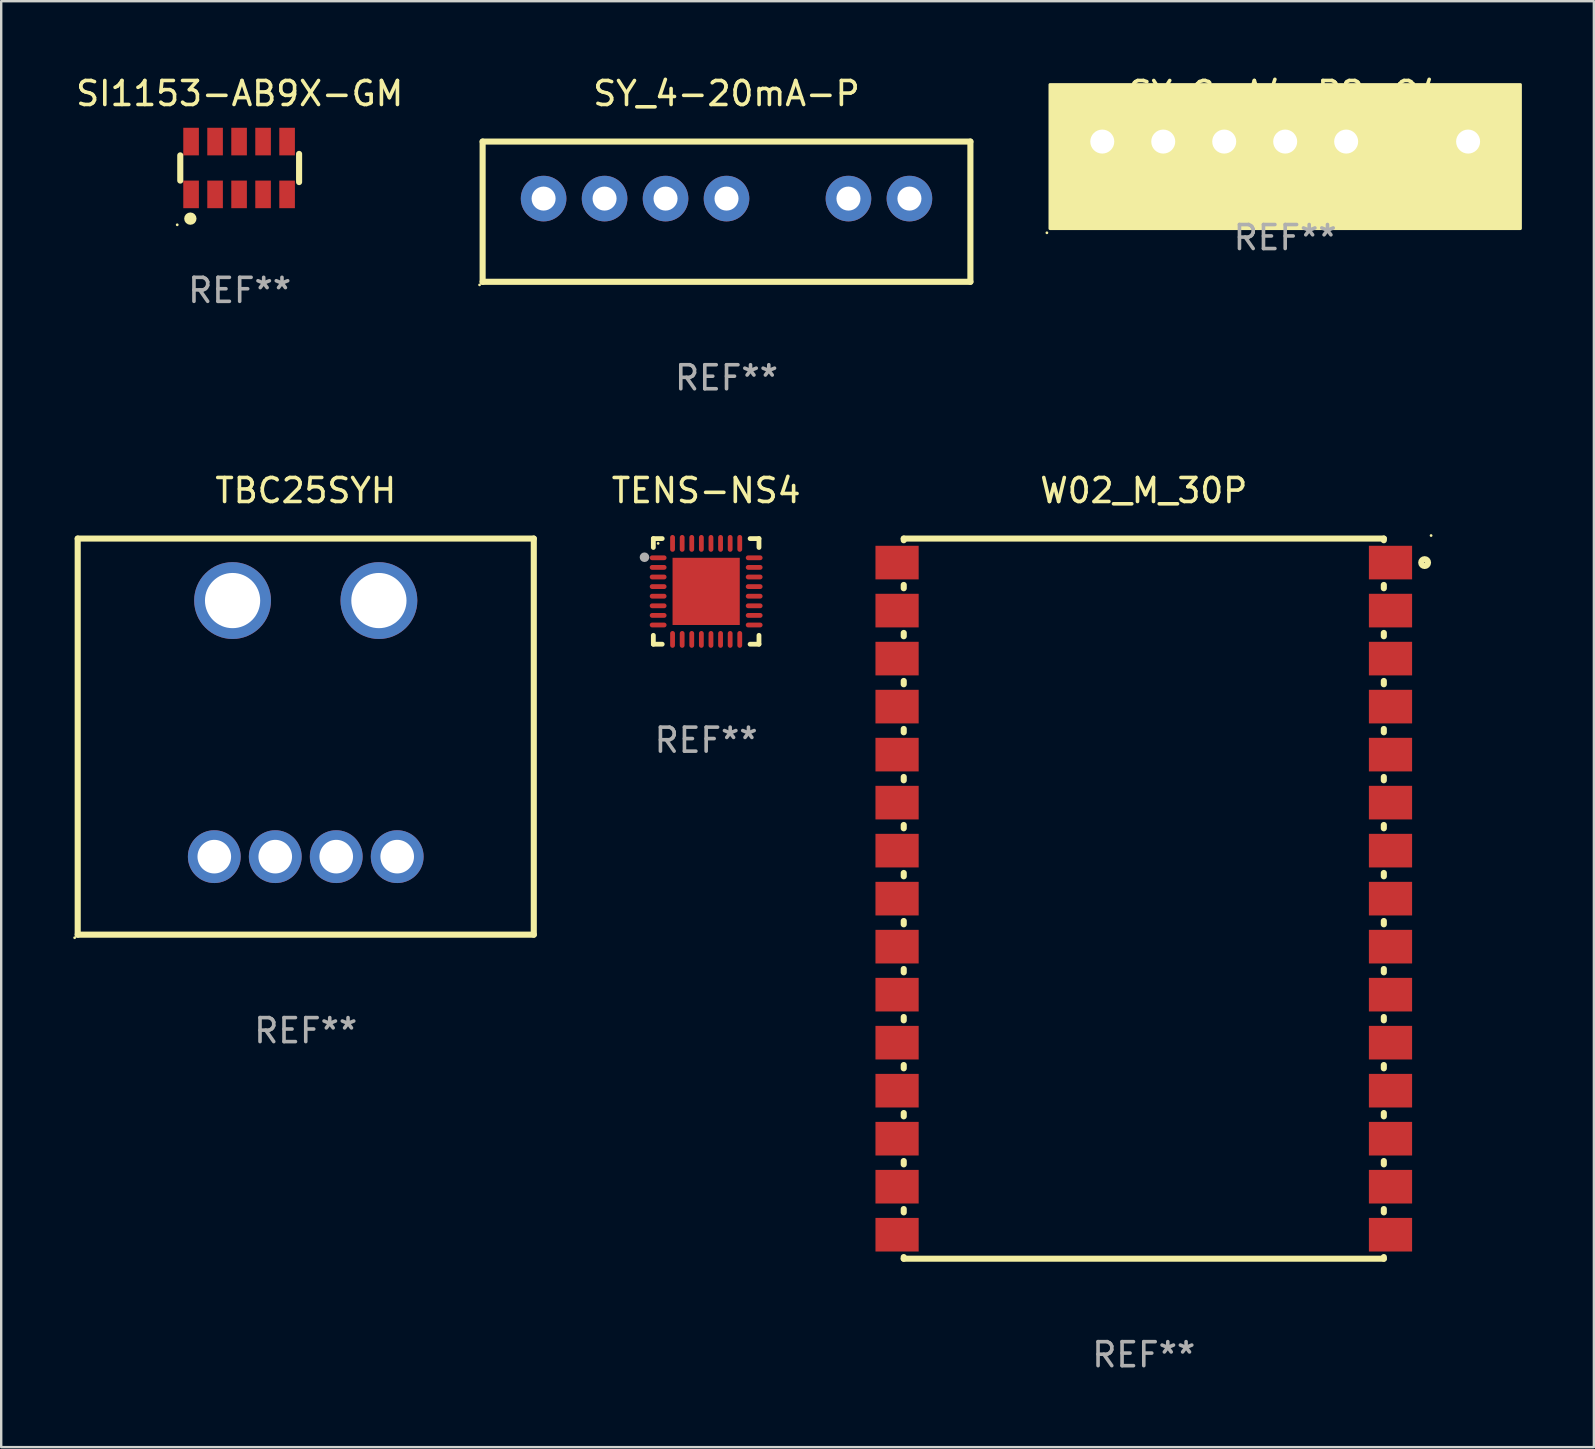
<source format=kicad_pcb>
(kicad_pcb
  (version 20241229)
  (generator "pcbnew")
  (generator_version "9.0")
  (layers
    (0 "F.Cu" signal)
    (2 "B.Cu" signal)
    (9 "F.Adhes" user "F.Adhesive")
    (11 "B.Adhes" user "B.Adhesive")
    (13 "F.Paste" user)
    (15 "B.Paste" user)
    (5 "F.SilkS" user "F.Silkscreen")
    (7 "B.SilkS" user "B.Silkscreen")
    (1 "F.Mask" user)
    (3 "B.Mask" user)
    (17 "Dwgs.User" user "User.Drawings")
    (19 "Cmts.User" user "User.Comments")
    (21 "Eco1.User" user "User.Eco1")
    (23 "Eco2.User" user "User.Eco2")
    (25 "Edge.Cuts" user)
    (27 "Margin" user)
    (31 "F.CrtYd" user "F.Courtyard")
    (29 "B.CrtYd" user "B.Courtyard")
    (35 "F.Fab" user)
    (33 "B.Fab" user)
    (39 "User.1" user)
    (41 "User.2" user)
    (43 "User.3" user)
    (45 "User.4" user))
  (footprint "TBC25SYH"
    (layer "F.Cu")
    (at 9.687 27.637)
    (property "Reference" "TBC25SYH" (at 0 -10.25 0) (layer "F.SilkS") (effects (font (size 1 1) (thickness 0.15))))
    (attr through_hole)
    (fp_line (start -9.5 -8.25) (end -9.5 8.25) (stroke (width 0.254) (type solid)) (layer "F.SilkS"))
    (fp_line (start 9.5 -8.25) (end -9.5 -8.25) (stroke (width 0.254) (type solid)) (layer "F.SilkS"))
    (fp_line (start 9.5 -8.25) (end 9.5 8.25) (stroke (width 0.254) (type solid)) (layer "F.SilkS"))
    (fp_line (start 9.5 8.25) (end -9.5 8.25) (stroke (width 0.254) (type solid)) (layer "F.SilkS"))
    (fp_circle (center -9.627 8.377) (end -9.597 8.377) (stroke (width 0.06) (type solid)) (fill no) (layer "F.SilkS"))
    (fp_text user "REF**" (at 0 12.25 0) (layer "F.Fab") (effects (font (size 1 1) (thickness 0.15))))
    (pad "1" thru_hole circle (at -3.81 5) (size 2.2 2.2) (drill 1.4) (layers "*.Cu" "*.Mask"))
    (pad "2" thru_hole circle (at -1.27 5) (size 2.2 2.2) (drill 1.4) (layers "*.Cu" "*.Mask"))
    (pad "3" thru_hole circle (at 1.27 5) (size 2.2 2.2) (drill 1.4) (layers "*.Cu" "*.Mask"))
    (pad "4" thru_hole circle (at 3.81 5) (size 2.2 2.2) (drill 1.4) (layers "*.Cu" "*.Mask"))
    (pad "5" thru_hole circle (at -3.048 -5.668) (size 3.2 3.2) (drill 2.3) (layers "*.Cu" "*.Mask"))
    (pad "6" thru_hole circle (at 3.048 -5.668) (size 3.2 3.2) (drill 2.3) (layers "*.Cu" "*.Mask")))
  (footprint "SY_C-A4-P2-O4"
    (layer "F.Cu")
    (at 50.49 2.848)
    (property "Reference" "SY_C-A4-P2-O4" (at 0 -2 0) (layer "F.SilkS") (effects (font (size 1 1) (thickness 0.15))))
    (attr through_hole)
    (fp_circle (center -9.927 3.8) (end -9.897 3.8) (stroke (width 0.06) (type solid)) (fill no) (layer "F.SilkS"))
    (fp_circle (center -8.636 2.07) (end -8.128 2.07) (stroke (width 0.254) (type solid)) (fill no) (layer "F.SilkS"))
    (fp_poly (pts (xy -9.8 -2.375) (xy 9.8 -2.375) (xy 9.8 3.625) (xy -9.8 3.625)) (stroke (width 0.12) (type solid)) (fill yes) (layer "F.SilkS"))
    (fp_text user "REF**" (at 0 4 0) (layer "F.Fab") (effects (font (size 1 1) (thickness 0.15))))
    (pad "1" thru_hole circle (at -7.62 0) (size 2 2) (drill 1) (layers "*.Cu" "*.Mask"))
    (pad "2" thru_hole circle (at -5.08 0) (size 2 2) (drill 1) (layers "*.Cu" "*.Mask"))
    (pad "3" thru_hole circle (at -2.54 0) (size 2 2) (drill 1) (layers "*.Cu" "*.Mask"))
    (pad "4" thru_hole circle (at 0 0) (size 2 2) (drill 1) (layers "*.Cu" "*.Mask"))
    (pad "5" thru_hole circle (at 2.54 0) (size 2 2) (drill 1) (layers "*.Cu" "*.Mask"))
    (pad "7" thru_hole circle (at 7.62 0) (size 2 2) (drill 1) (layers "*.Cu" "*.Mask")))
  (footprint "W02_M_30P"
    (layer "F.Cu")
    (at 44.599 34.387)
    (property "Reference" "W02_M_30P" (at 0 -17 0) (layer "F.SilkS") (effects (font (size 1 1) (thickness 0.15))))
    (attr through_hole)
    (fp_line (start -10 -15) (end 10 -15) (stroke (width 0.254) (type solid)) (layer "F.SilkS"))
    (fp_line (start -10 -14.931) (end -10 -15) (stroke (width 0.254) (type solid)) (layer "F.SilkS"))
    (fp_line (start -10 -12.931) (end -10 -13.069) (stroke (width 0.254) (type solid)) (layer "F.SilkS"))
    (fp_line (start -10 -10.931) (end -10 -11.069) (stroke (width 0.254) (type solid)) (layer "F.SilkS"))
    (fp_line (start -10 -8.931) (end -10 -9.069) (stroke (width 0.254) (type solid)) (layer "F.SilkS"))
    (fp_line (start -10 -6.931) (end -10 -7.069) (stroke (width 0.254) (type solid)) (layer "F.SilkS"))
    (fp_line (start -10 -4.931) (end -10 -5.069) (stroke (width 0.254) (type solid)) (layer "F.SilkS"))
    (fp_line (start -10 -2.931) (end -10 -3.069) (stroke (width 0.254) (type solid)) (layer "F.SilkS"))
    (fp_line (start -10 -0.931) (end -10 -1.069) (stroke (width 0.254) (type solid)) (layer "F.SilkS"))
    (fp_line (start -10 1.069) (end -10 0.931) (stroke (width 0.254) (type solid)) (layer "F.SilkS"))
    (fp_line (start -10 3.069) (end -10 2.931) (stroke (width 0.254) (type solid)) (layer "F.SilkS"))
    (fp_line (start -10 5.069) (end -10 4.931) (stroke (width 0.254) (type solid)) (layer "F.SilkS"))
    (fp_line (start -10 7.069) (end -10 6.931) (stroke (width 0.254) (type solid)) (layer "F.SilkS"))
    (fp_line (start -10 9.069) (end -10 8.931) (stroke (width 0.254) (type solid)) (layer "F.SilkS"))
    (fp_line (start -10 11.069) (end -10 10.931) (stroke (width 0.254) (type solid)) (layer "F.SilkS"))
    (fp_line (start -10 13.069) (end -10 12.931) (stroke (width 0.254) (type solid)) (layer "F.SilkS"))
    (fp_line (start -10 15) (end -10 14.931) (stroke (width 0.254) (type solid)) (layer "F.SilkS"))
    (fp_line (start 10 -15) (end 10 -14.931) (stroke (width 0.254) (type solid)) (layer "F.SilkS"))
    (fp_line (start 10 -13.069) (end 10 -12.931) (stroke (width 0.254) (type solid)) (layer "F.SilkS"))
    (fp_line (start 10 -11.069) (end 10 -10.931) (stroke (width 0.254) (type solid)) (layer "F.SilkS"))
    (fp_line (start 10 -9.069) (end 10 -8.931) (stroke (width 0.254) (type solid)) (layer "F.SilkS"))
    (fp_line (start 10 -7.069) (end 10 -6.931) (stroke (width 0.254) (type solid)) (layer "F.SilkS"))
    (fp_line (start 10 -5.069) (end 10 -4.931) (stroke (width 0.254) (type solid)) (layer "F.SilkS"))
    (fp_line (start 10 -3.069) (end 10 -2.931) (stroke (width 0.254) (type solid)) (layer "F.SilkS"))
    (fp_line (start 10 -1.069) (end 10 -0.931) (stroke (width 0.254) (type solid)) (layer "F.SilkS"))
    (fp_line (start 10 0.931) (end 10 1.069) (stroke (width 0.254) (type solid)) (layer "F.SilkS"))
    (fp_line (start 10 2.931) (end 10 3.069) (stroke (width 0.254) (type solid)) (layer "F.SilkS"))
    (fp_line (start 10 4.931) (end 10 5.069) (stroke (width 0.254) (type solid)) (layer "F.SilkS"))
    (fp_line (start 10 6.931) (end 10 7.069) (stroke (width 0.254) (type solid)) (layer "F.SilkS"))
    (fp_line (start 10 8.931) (end 10 9.069) (stroke (width 0.254) (type solid)) (layer "F.SilkS"))
    (fp_line (start 10 10.931) (end 10 11.069) (stroke (width 0.254) (type solid)) (layer "F.SilkS"))
    (fp_line (start 10 12.931) (end 10 13.069) (stroke (width 0.254) (type solid)) (layer "F.SilkS"))
    (fp_line (start 10 14.931) (end 10 15) (stroke (width 0.254) (type solid)) (layer "F.SilkS"))
    (fp_line (start 10 15) (end -10 15) (stroke (width 0.254) (type solid)) (layer "F.SilkS"))
    (fp_circle (center 11.7 -14) (end 11.842 -14) (stroke (width 0.254) (type solid)) (fill no) (layer "F.SilkS"))
    (fp_circle (center 11.969 -15.127) (end 11.999 -15.127) (stroke (width 0.06) (type solid)) (fill no) (layer "F.SilkS"))
    (fp_text user "REF**" (at 0 19 0) (layer "F.Fab") (effects (font (size 1 1) (thickness 0.15))))
    (pad "1" smd rect (at 10.278 -14 90) (size 1.4 1.8) (layers "F.Cu" "F.Mask" "F.Paste"))
    (pad "2" smd rect (at 10.278 -12 90) (size 1.4 1.8) (layers "F.Cu" "F.Mask" "F.Paste"))
    (pad "3" smd rect (at 10.278 -10 90) (size 1.4 1.8) (layers "F.Cu" "F.Mask" "F.Paste"))
    (pad "4" smd rect (at 10.278 -8 90) (size 1.4 1.8) (layers "F.Cu" "F.Mask" "F.Paste"))
    (pad "5" smd rect (at 10.278 -6 90) (size 1.4 1.8) (layers "F.Cu" "F.Mask" "F.Paste"))
    (pad "6" smd rect (at 10.278 -4 90) (size 1.4 1.8) (layers "F.Cu" "F.Mask" "F.Paste"))
    (pad "7" smd rect (at 10.278 -2 90) (size 1.4 1.8) (layers "F.Cu" "F.Mask" "F.Paste"))
    (pad "8" smd rect (at 10.278 0 90) (size 1.4 1.8) (layers "F.Cu" "F.Mask" "F.Paste"))
    (pad "9" smd rect (at 10.278 2 90) (size 1.4 1.8) (layers "F.Cu" "F.Mask" "F.Paste"))
    (pad "10" smd rect (at 10.278 4 90) (size 1.4 1.8) (layers "F.Cu" "F.Mask" "F.Paste"))
    (pad "11" smd rect (at 10.278 6 90) (size 1.4 1.8) (layers "F.Cu" "F.Mask" "F.Paste"))
    (pad "12" smd rect (at 10.278 8 90) (size 1.4 1.8) (layers "F.Cu" "F.Mask" "F.Paste"))
    (pad "13" smd rect (at 10.278 10 90) (size 1.4 1.8) (layers "F.Cu" "F.Mask" "F.Paste"))
    (pad "14" smd rect (at 10.278 12 270) (size 1.4 1.8) (layers "F.Cu" "F.Mask" "F.Paste"))
    (pad "15" smd rect (at 10.278 14 270) (size 1.4 1.8) (layers "F.Cu" "F.Mask" "F.Paste"))
    (pad "16" smd rect (at -10.278 14 90) (size 1.4 1.8) (layers "F.Cu" "F.Mask" "F.Paste"))
    (pad "17" smd rect (at -10.278 12 90) (size 1.4 1.8) (layers "F.Cu" "F.Mask" "F.Paste"))
    (pad "18" smd rect (at -10.278 10 90) (size 1.4 1.8) (layers "F.Cu" "F.Mask" "F.Paste"))
    (pad "19" smd rect (at -10.278 8 90) (size 1.4 1.8) (layers "F.Cu" "F.Mask" "F.Paste"))
    (pad "20" smd rect (at -10.278 6 90) (size 1.4 1.8) (layers "F.Cu" "F.Mask" "F.Paste"))
    (pad "21" smd rect (at -10.278 4 90) (size 1.4 1.8) (layers "F.Cu" "F.Mask" "F.Paste"))
    (pad "22" smd rect (at -10.278 2 90) (size 1.4 1.8) (layers "F.Cu" "F.Mask" "F.Paste"))
    (pad "23" smd rect (at -10.278 0 90) (size 1.4 1.8) (layers "F.Cu" "F.Mask" "F.Paste"))
    (pad "24" smd rect (at -10.278 -2 90) (size 1.4 1.8) (layers "F.Cu" "F.Mask" "F.Paste"))
    (pad "25" smd rect (at -10.278 -4 90) (size 1.4 1.8) (layers "F.Cu" "F.Mask" "F.Paste"))
    (pad "26" smd rect (at -10.278 -6 90) (size 1.4 1.8) (layers "F.Cu" "F.Mask" "F.Paste"))
    (pad "27" smd rect (at -10.278 -8 90) (size 1.4 1.8) (layers "F.Cu" "F.Mask" "F.Paste"))
    (pad "28" smd rect (at -10.278 -10 90) (size 1.4 1.8) (layers "F.Cu" "F.Mask" "F.Paste"))
    (pad "29" smd rect (at -10.278 -12 90) (size 1.4 1.8) (layers "F.Cu" "F.Mask" "F.Paste"))
    (pad "30" smd rect (at -10.278 -14 90) (size 1.4 1.8) (layers "F.Cu" "F.Mask" "F.Paste")))
  (footprint "SY_4-20mA-P"
    (layer "F.Cu")
    (at 27.216 5.769)
    (property "Reference" "SY_4-20mA-P" (at 0 -4.921 0) (layer "F.SilkS") (effects (font (size 1 1) (thickness 0.15))))
    (attr through_hole)
    (fp_line (start -10.16 -2.921) (end 10.16 -2.921) (stroke (width 0.254) (type solid)) (layer "F.SilkS"))
    (fp_line (start -10.16 2.921) (end -10.16 -2.921) (stroke (width 0.254) (type solid)) (layer "F.SilkS"))
    (fp_line (start 10.16 -2.921) (end 10.16 2.921) (stroke (width 0.254) (type solid)) (layer "F.SilkS"))
    (fp_line (start 10.16 2.921) (end -10.16 2.921) (stroke (width 0.254) (type solid)) (layer "F.SilkS"))
    (fp_circle (center -10.287 3.048) (end -10.257 3.048) (stroke (width 0.06) (type solid)) (fill no) (layer "F.SilkS"))
    (fp_text user "REF**" (at 0 6.921 0) (layer "F.Fab") (effects (font (size 1 1) (thickness 0.15))))
    (pad "1" thru_hole circle (at -7.62 -0.546) (size 1.9 1.9) (drill 1) (layers "*.Cu" "*.Mask"))
    (pad "2" thru_hole circle (at -5.08 -0.546) (size 1.9 1.9) (drill 1) (layers "*.Cu" "*.Mask"))
    (pad "3" thru_hole circle (at -2.54 -0.546) (size 1.9 1.9) (drill 1) (layers "*.Cu" "*.Mask"))
    (pad "4" thru_hole circle (at 0 -0.546) (size 1.9 1.9) (drill 1) (layers "*.Cu" "*.Mask"))
    (pad "6" thru_hole circle (at 5.08 -0.546) (size 1.9 1.9) (drill 1) (layers "*.Cu" "*.Mask"))
    (pad "7" thru_hole circle (at 7.62 -0.546) (size 1.9 1.9) (drill 1) (layers "*.Cu" "*.Mask")))
  (footprint "TENS-NS4"
    (layer "F.Cu")
    (at 26.368 21.587)
    (property "Reference" "TENS-NS4" (at 0 -4.2 0) (layer "F.SilkS") (effects (font (size 1 1) (thickness 0.15))))
    (attr through_hole)
    (fp_line (start -2.2 -2.2) (end -1.83 -2.2) (stroke (width 0.2) (type solid)) (layer "F.SilkS"))
    (fp_line (start -2.2 -1.83) (end -2.2 -2.2) (stroke (width 0.2) (type solid)) (layer "F.SilkS"))
    (fp_line (start -2.2 2.2) (end -2.2 1.83) (stroke (width 0.2) (type solid)) (layer "F.SilkS"))
    (fp_line (start -1.83 2.2) (end -2.2 2.2) (stroke (width 0.2) (type solid)) (layer "F.SilkS"))
    (fp_line (start 1.83 2.2) (end 2.2 2.2) (stroke (width 0.2) (type solid)) (layer "F.SilkS"))
    (fp_line (start 2.2 -2.2) (end 1.83 -2.2) (stroke (width 0.2) (type solid)) (layer "F.SilkS"))
    (fp_line (start 2.2 -1.83) (end 2.2 -2.2) (stroke (width 0.2) (type solid)) (layer "F.SilkS"))
    (fp_line (start 2.2 2.2) (end 2.2 1.83) (stroke (width 0.2) (type solid)) (layer "F.SilkS"))
    (fp_circle (center -2 -2) (end -1.97 -2) (stroke (width 0.06) (type solid)) (fill no) (layer "F.SilkS"))
    (fp_circle (center -2.569 -1.423) (end -2.469 -1.423) (stroke (width 0.2) (type solid)) (fill no) (layer "F.Fab"))
    (fp_text user "REF**" (at 0 6.2 0) (layer "F.Fab") (effects (font (size 1 1) (thickness 0.15))))
    (pad "1" smd oval (at -2 -1.4 270) (size 0.2 0.7) (layers "F.Cu" "F.Mask" "F.Paste"))
    (pad "2" smd oval (at -2 -1 270) (size 0.2 0.7) (layers "F.Cu" "F.Mask" "F.Paste"))
    (pad "3" smd oval (at -2 -0.6 270) (size 0.2 0.7) (layers "F.Cu" "F.Mask" "F.Paste"))
    (pad "4" smd oval (at -2 -0.2 270) (size 0.2 0.7) (layers "F.Cu" "F.Mask" "F.Paste"))
    (pad "5" smd oval (at -2 0.2 270) (size 0.2 0.7) (layers "F.Cu" "F.Mask" "F.Paste"))
    (pad "6" smd oval (at -2 0.6 270) (size 0.2 0.7) (layers "F.Cu" "F.Mask" "F.Paste"))
    (pad "7" smd oval (at -2 1 270) (size 0.2 0.7) (layers "F.Cu" "F.Mask" "F.Paste"))
    (pad "8" smd oval (at -2 1.4 270) (size 0.2 0.7) (layers "F.Cu" "F.Mask" "F.Paste"))
    (pad "9" smd oval (at -1.4 2 180) (size 0.2 0.7) (layers "F.Cu" "F.Mask" "F.Paste"))
    (pad "10" smd oval (at -1 2 180) (size 0.2 0.7) (layers "F.Cu" "F.Mask" "F.Paste"))
    (pad "11" smd oval (at -0.6 2 180) (size 0.2 0.7) (layers "F.Cu" "F.Mask" "F.Paste"))
    (pad "12" smd oval (at -0.2 2 180) (size 0.2 0.7) (layers "F.Cu" "F.Mask" "F.Paste"))
    (pad "13" smd oval (at 0.2 2 180) (size 0.2 0.7) (layers "F.Cu" "F.Mask" "F.Paste"))
    (pad "14" smd oval (at 0.6 2 180) (size 0.2 0.7) (layers "F.Cu" "F.Mask" "F.Paste"))
    (pad "15" smd oval (at 1 2 180) (size 0.2 0.7) (layers "F.Cu" "F.Mask" "F.Paste"))
    (pad "16" smd oval (at 1.4 2 180) (size 0.2 0.7) (layers "F.Cu" "F.Mask" "F.Paste"))
    (pad "17" smd oval (at 2 1.4 270) (size 0.2 0.7) (layers "F.Cu" "F.Mask" "F.Paste"))
    (pad "18" smd oval (at 2 1 270) (size 0.2 0.7) (layers "F.Cu" "F.Mask" "F.Paste"))
    (pad "19" smd oval (at 2 0.6 270) (size 0.2 0.7) (layers "F.Cu" "F.Mask" "F.Paste"))
    (pad "20" smd oval (at 2 0.2 270) (size 0.2 0.7) (layers "F.Cu" "F.Mask" "F.Paste"))
    (pad "21" smd oval (at 2 -0.2 270) (size 0.2 0.7) (layers "F.Cu" "F.Mask" "F.Paste"))
    (pad "22" smd oval (at 2 -0.6 270) (size 0.2 0.7) (layers "F.Cu" "F.Mask" "F.Paste"))
    (pad "23" smd oval (at 2 -1 270) (size 0.2 0.7) (layers "F.Cu" "F.Mask" "F.Paste"))
    (pad "24" smd oval (at 2 -1.4 270) (size 0.2 0.7) (layers "F.Cu" "F.Mask" "F.Paste"))
    (pad "25" smd oval (at 1.4 -2) (size 0.2 0.7) (layers "F.Cu" "F.Mask" "F.Paste"))
    (pad "26" smd oval (at 1 -2) (size 0.2 0.7) (layers "F.Cu" "F.Mask" "F.Paste"))
    (pad "27" smd oval (at 0.6 -2) (size 0.2 0.7) (layers "F.Cu" "F.Mask" "F.Paste"))
    (pad "28" smd oval (at 0.2 -2) (size 0.2 0.7) (layers "F.Cu" "F.Mask" "F.Paste"))
    (pad "29" smd oval (at -0.2 -2) (size 0.2 0.7) (layers "F.Cu" "F.Mask" "F.Paste"))
    (pad "30" smd oval (at -0.6 -2) (size 0.2 0.7) (layers "F.Cu" "F.Mask" "F.Paste"))
    (pad "31" smd oval (at -1 -2) (size 0.2 0.7) (layers "F.Cu" "F.Mask" "F.Paste"))
    (pad "32" smd oval (at -1.4 -2) (size 0.2 0.7) (layers "F.Cu" "F.Mask" "F.Paste"))
    (pad "33" smd rect (at -0.000051 0 180) (size 2.8 2.8) (layers "F.Cu" "F.Mask" "F.Paste")))
  (footprint "SI1153-AB9X-GM"
    (layer "F.Cu")
    (at 6.935 3.948)
    (property "Reference" "SI1153-AB9X-GM" (at 0 -3.1 0) (layer "F.SilkS") (effects (font (size 1 1) (thickness 0.15))))
    (attr through_hole)
    (fp_line (start -2.475 0.525) (end -2.475 -0.525) (stroke (width 0.254) (type solid)) (layer "F.SilkS"))
    (fp_line (start 2.475 0.587) (end 2.475 -0.587) (stroke (width 0.254) (type solid)) (layer "F.SilkS"))
    (fp_circle (center -2.602 2.367) (end -2.572 2.367) (stroke (width 0.06) (type solid)) (fill no) (layer "F.SilkS"))
    (fp_circle (center -2.055 2.11) (end -1.925 2.11) (stroke (width 0.254) (type solid)) (fill no) (layer "F.SilkS"))
    (fp_text user "REF**" (at 0 5.1 0) (layer "F.Fab") (effects (font (size 1 1) (thickness 0.15))))
    (pad "1" smd rect (at -2.025 1.1 90) (size 1.15 0.65) (layers "F.Cu" "F.Mask" "F.Paste"))
    (pad "2" smd rect (at -1.025 1.1 90) (size 1.15 0.65) (layers "F.Cu" "F.Mask" "F.Paste"))
    (pad "3" smd rect (at -0.025 1.1 90) (size 1.15 0.65) (layers "F.Cu" "F.Mask" "F.Paste"))
    (pad "4" smd rect (at 0.975 1.1 90) (size 1.15 0.65) (layers "F.Cu" "F.Mask" "F.Paste"))
    (pad "5" smd rect (at 1.975 1.1 90) (size 1.15 0.65) (layers "F.Cu" "F.Mask" "F.Paste"))
    (pad "6" smd rect (at 1.975 -1.1 90) (size 1.15 0.65) (layers "F.Cu" "F.Mask" "F.Paste"))
    (pad "7" smd rect (at 0.975 -1.1 90) (size 1.15 0.65) (layers "F.Cu" "F.Mask" "F.Paste"))
    (pad "8" smd rect (at -0.025 -1.1 90) (size 1.15 0.65) (layers "F.Cu" "F.Mask" "F.Paste"))
    (pad "9" smd rect (at -1.025 -1.1 90) (size 1.15 0.65) (layers "F.Cu" "F.Mask" "F.Paste"))
    (pad "10" smd rect (at -2.025 -1.1 90) (size 1.15 0.65) (layers "F.Cu" "F.Mask" "F.Paste")))
  (gr_rect
    (start -3 -3)
    (end 63.35 57.235)
    (stroke (width 0.1) (type default))
    (fill no)
    (layer "Edge.Cuts")))
</source>
